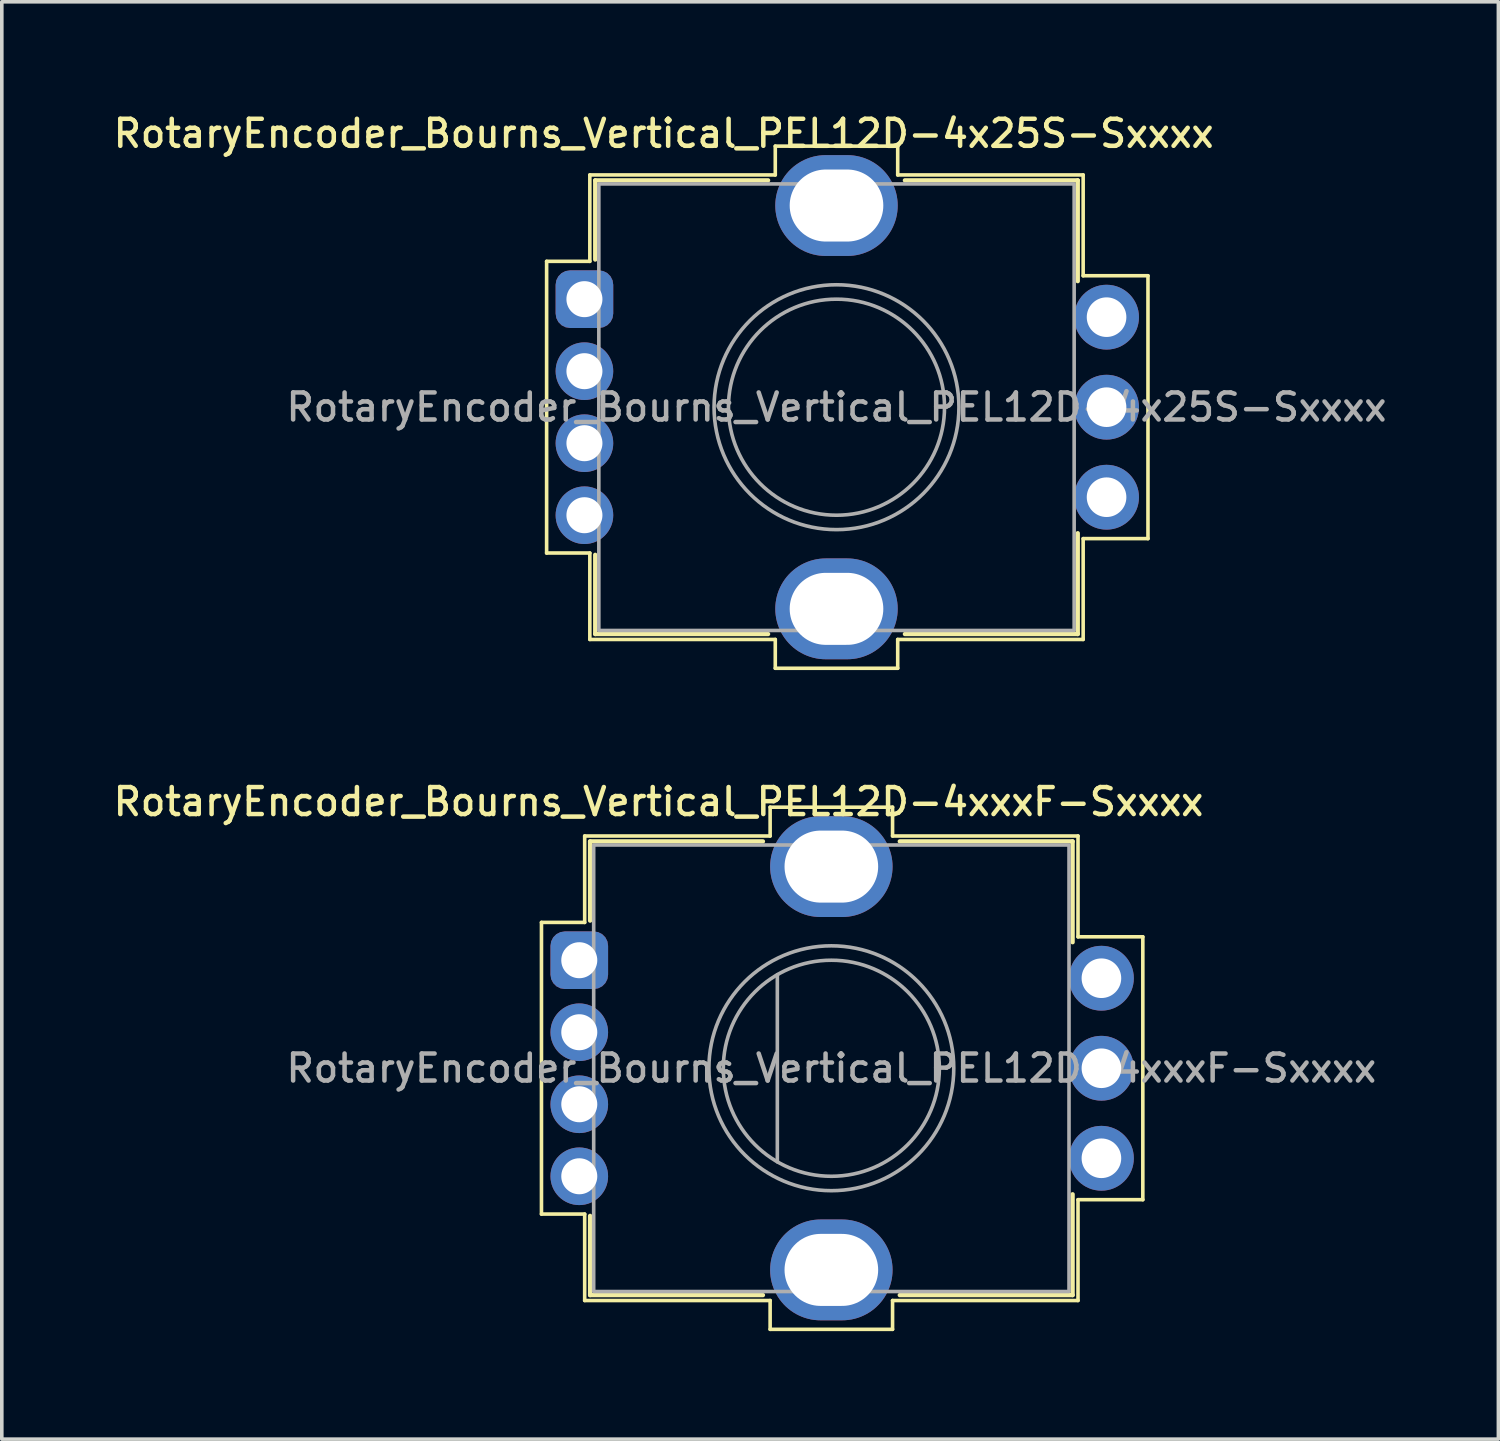
<source format=kicad_pcb>
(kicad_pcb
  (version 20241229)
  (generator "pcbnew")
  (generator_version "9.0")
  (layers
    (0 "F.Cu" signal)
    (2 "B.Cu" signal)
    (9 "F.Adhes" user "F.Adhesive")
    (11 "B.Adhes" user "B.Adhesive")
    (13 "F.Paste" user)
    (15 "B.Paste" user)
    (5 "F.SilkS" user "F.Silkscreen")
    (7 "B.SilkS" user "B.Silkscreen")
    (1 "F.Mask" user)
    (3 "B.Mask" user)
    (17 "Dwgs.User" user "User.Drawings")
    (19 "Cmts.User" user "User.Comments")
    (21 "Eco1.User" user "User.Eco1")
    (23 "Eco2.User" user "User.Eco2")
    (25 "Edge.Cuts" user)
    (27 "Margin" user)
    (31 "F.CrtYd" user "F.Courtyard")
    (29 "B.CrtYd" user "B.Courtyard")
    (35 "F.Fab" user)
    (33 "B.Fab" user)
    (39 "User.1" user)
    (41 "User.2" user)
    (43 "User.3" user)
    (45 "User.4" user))
  (footprint "RotaryEncoder_Bourns_Vertical_PEL12D-4x25S-Sxxxx"
    (layer "F.Cu")
    (at 13.18 5.258)
    (property "Reference" "RotaryEncoder_Bourns_Vertical_PEL12D-4x25S-Sxxxx" (at 2.2 -4.6 180) (layer "F.SilkS") (effects (font (size 0.75 0.75) (thickness 0.125))))
    (attr through_hole)
    (fp_line (start -1.05 -1.05) (end -1.05 7.05) (stroke (width 0.1) (type default)) (layer "F.SilkS"))
    (fp_line (start -1.05 7.05) (end 0.15 7.05) (stroke (width 0.1) (type default)) (layer "F.SilkS"))
    (fp_line (start 0.15 -3.45) (end 0.15 -1.05) (stroke (width 0.1) (type default)) (layer "F.SilkS"))
    (fp_line (start 0.15 -1.05) (end -1.05 -1.05) (stroke (width 0.1) (type default)) (layer "F.SilkS"))
    (fp_line (start 0.15 7.05) (end 0.15 9.45) (stroke (width 0.1) (type default)) (layer "F.SilkS"))
    (fp_line (start 0.15 9.45) (end 5.3 9.45) (stroke (width 0.1) (type default)) (layer "F.SilkS"))
    (fp_line (start 0.3 -3.3) (end 0.3 -1.1) (stroke (width 0.12) (type default)) (layer "F.SilkS"))
    (fp_line (start 0.3 7.1) (end 0.3 9.3) (stroke (width 0.12) (type default)) (layer "F.SilkS"))
    (fp_line (start 0.3 9.3) (end 5.1 9.3) (stroke (width 0.12) (type default)) (layer "F.SilkS"))
    (fp_line (start 5.1 -3.3) (end 0.3 -3.3) (stroke (width 0.12) (type default)) (layer "F.SilkS"))
    (fp_line (start 5.3 -4.25) (end 5.3 -3.45) (stroke (width 0.1) (type default)) (layer "F.SilkS"))
    (fp_line (start 5.3 -3.45) (end 0.15 -3.45) (stroke (width 0.1) (type default)) (layer "F.SilkS"))
    (fp_line (start 5.3 9.45) (end 5.3 10.25) (stroke (width 0.1) (type default)) (layer "F.SilkS"))
    (fp_line (start 5.3 10.25) (end 8.7 10.25) (stroke (width 0.1) (type default)) (layer "F.SilkS"))
    (fp_line (start 8.7 -4.25) (end 5.3 -4.25) (stroke (width 0.1) (type default)) (layer "F.SilkS"))
    (fp_line (start 8.7 -3.45) (end 8.7 -4.25) (stroke (width 0.1) (type default)) (layer "F.SilkS"))
    (fp_line (start 8.7 9.45) (end 13.85 9.45) (stroke (width 0.1) (type default)) (layer "F.SilkS"))
    (fp_line (start 8.7 10.25) (end 8.7 9.45) (stroke (width 0.1) (type default)) (layer "F.SilkS"))
    (fp_line (start 8.9 -3.3) (end 13.7 -3.3) (stroke (width 0.12) (type default)) (layer "F.SilkS"))
    (fp_line (start 13.7 -3.3) (end 13.7 -0.5) (stroke (width 0.12) (type default)) (layer "F.SilkS"))
    (fp_line (start 13.7 6.5) (end 13.7 9.3) (stroke (width 0.12) (type default)) (layer "F.SilkS"))
    (fp_line (start 13.7 9.3) (end 8.9 9.3) (stroke (width 0.12) (type default)) (layer "F.SilkS"))
    (fp_line (start 13.85 -3.45) (end 8.7 -3.45) (stroke (width 0.1) (type default)) (layer "F.SilkS"))
    (fp_line (start 13.85 -0.65) (end 13.85 -3.45) (stroke (width 0.1) (type default)) (layer "F.SilkS"))
    (fp_line (start 13.85 6.65) (end 15.65 6.65) (stroke (width 0.1) (type default)) (layer "F.SilkS"))
    (fp_line (start 13.85 9.45) (end 13.85 6.65) (stroke (width 0.1) (type default)) (layer "F.SilkS"))
    (fp_line (start 15.65 -0.65) (end 13.85 -0.65) (stroke (width 0.1) (type default)) (layer "F.SilkS"))
    (fp_line (start 15.65 6.65) (end 15.65 -0.65) (stroke (width 0.1) (type default)) (layer "F.SilkS"))
    (fp_rect (start 0.4 -3.2) (end 13.6 9.2) (stroke (width 0.1) (type default)) (fill no) (layer "F.Fab"))
    (fp_circle (center 7 3) (end 7 -0.4) (stroke (width 0.1) (type solid)) (fill no) (layer "F.Fab"))
    (fp_circle (center 7 3) (end 7 0) (stroke (width 0.1) (type default)) (fill no) (layer "F.Fab"))
    (fp_text user "${REFERENCE}" (at 7 3 180) (layer "F.Fab") (effects (font (size 0.75 0.75) (thickness 0.125))))
    (pad "1" thru_hole roundrect (at 0 0 90) (size 1.6 1.6) (drill 1) (layers "*.Cu" "*.Mask") (roundrect_rratio 0.25))
    (pad "2" thru_hole circle (at 0 2 90) (size 1.6 1.6) (drill 1) (layers "*.Cu" "*.Mask"))
    (pad "3" thru_hole circle (at 0 4 90) (size 1.6 1.6) (drill 1) (layers "*.Cu" "*.Mask"))
    (pad "4" thru_hole circle (at 0 6 90) (size 1.6 1.6) (drill 1) (layers "*.Cu" "*.Mask"))
    (pad "A" thru_hole circle (at 14.5 5.5 90) (size 1.8 1.8) (drill 1.1) (layers "*.Cu" "*.Mask"))
    (pad "B" thru_hole circle (at 14.5 3 90) (size 1.8 1.8) (drill 1.1) (layers "*.Cu" "*.Mask"))
    (pad "C" thru_hole circle (at 14.5 0.5 90) (size 1.8 1.8) (drill 1.1) (layers "*.Cu" "*.Mask"))
    (pad "SH" thru_hole oval (at 7 -2.6 90) (size 2.8 3.4) (drill oval 2 2.6) (layers "*.Cu" "*.Mask"))
    (pad "SH" thru_hole oval (at 7 8.6 180) (size 3.4 2.8) (drill oval 2.6 2) (layers "*.Cu" "*.Mask")))
  (footprint "RotaryEncoder_Bourns_Vertical_PEL12D-4xxxF-Sxxxx"
    (layer "F.Cu")
    (at 13.037 23.616)
    (property "Reference" "RotaryEncoder_Bourns_Vertical_PEL12D-4xxxF-Sxxxx" (at 2.2 -4.4 180) (layer "F.SilkS") (effects (font (size 0.75 0.75) (thickness 0.125))))
    (attr through_hole)
    (fp_line (start -1.05 -1.05) (end -1.05 7.05) (stroke (width 0.1) (type default)) (layer "F.SilkS"))
    (fp_line (start -1.05 7.05) (end 0.15 7.05) (stroke (width 0.1) (type default)) (layer "F.SilkS"))
    (fp_line (start 0.15 -3.45) (end 0.15 -1.05) (stroke (width 0.1) (type default)) (layer "F.SilkS"))
    (fp_line (start 0.15 -1.05) (end -1.05 -1.05) (stroke (width 0.1) (type default)) (layer "F.SilkS"))
    (fp_line (start 0.15 7.05) (end 0.15 9.45) (stroke (width 0.1) (type default)) (layer "F.SilkS"))
    (fp_line (start 0.15 9.45) (end 5.3 9.45) (stroke (width 0.1) (type default)) (layer "F.SilkS"))
    (fp_line (start 0.3 -3.3) (end 0.3 -1.1) (stroke (width 0.12) (type default)) (layer "F.SilkS"))
    (fp_line (start 0.3 7.1) (end 0.3 9.3) (stroke (width 0.12) (type default)) (layer "F.SilkS"))
    (fp_line (start 0.3 9.3) (end 5.1 9.3) (stroke (width 0.12) (type default)) (layer "F.SilkS"))
    (fp_line (start 5.1 -3.3) (end 0.3 -3.3) (stroke (width 0.12) (type default)) (layer "F.SilkS"))
    (fp_line (start 5.3 -4.25) (end 5.3 -3.45) (stroke (width 0.1) (type default)) (layer "F.SilkS"))
    (fp_line (start 5.3 -3.45) (end 0.15 -3.45) (stroke (width 0.1) (type default)) (layer "F.SilkS"))
    (fp_line (start 5.3 9.45) (end 5.3 10.25) (stroke (width 0.1) (type default)) (layer "F.SilkS"))
    (fp_line (start 5.3 10.25) (end 8.7 10.25) (stroke (width 0.1) (type default)) (layer "F.SilkS"))
    (fp_line (start 8.7 -4.25) (end 5.3 -4.25) (stroke (width 0.1) (type default)) (layer "F.SilkS"))
    (fp_line (start 8.7 -3.45) (end 8.7 -4.25) (stroke (width 0.1) (type default)) (layer "F.SilkS"))
    (fp_line (start 8.7 9.45) (end 13.85 9.45) (stroke (width 0.1) (type default)) (layer "F.SilkS"))
    (fp_line (start 8.7 10.25) (end 8.7 9.45) (stroke (width 0.1) (type default)) (layer "F.SilkS"))
    (fp_line (start 8.9 -3.3) (end 13.7 -3.3) (stroke (width 0.12) (type default)) (layer "F.SilkS"))
    (fp_line (start 13.7 -3.3) (end 13.7 -0.5) (stroke (width 0.12) (type default)) (layer "F.SilkS"))
    (fp_line (start 13.7 6.5) (end 13.7 9.3) (stroke (width 0.12) (type default)) (layer "F.SilkS"))
    (fp_line (start 13.7 9.3) (end 8.9 9.3) (stroke (width 0.12) (type default)) (layer "F.SilkS"))
    (fp_line (start 13.85 -3.45) (end 8.7 -3.45) (stroke (width 0.1) (type default)) (layer "F.SilkS"))
    (fp_line (start 13.85 -0.65) (end 13.85 -3.45) (stroke (width 0.1) (type default)) (layer "F.SilkS"))
    (fp_line (start 13.85 6.65) (end 15.65 6.65) (stroke (width 0.1) (type default)) (layer "F.SilkS"))
    (fp_line (start 13.85 9.45) (end 13.85 6.65) (stroke (width 0.1) (type default)) (layer "F.SilkS"))
    (fp_line (start 15.65 -0.65) (end 13.85 -0.65) (stroke (width 0.1) (type default)) (layer "F.SilkS"))
    (fp_line (start 15.65 6.65) (end 15.65 -0.65) (stroke (width 0.1) (type default)) (layer "F.SilkS"))
    (fp_line (start 5.5 5.6) (end 5.5 0.4) (stroke (width 0.1) (type default)) (layer "F.Fab"))
    (fp_rect (start 0.4 -3.2) (end 13.6 9.2) (stroke (width 0.1) (type default)) (fill no) (layer "F.Fab"))
    (fp_circle (center 7 3) (end 7 -0.4) (stroke (width 0.1) (type solid)) (fill no) (layer "F.Fab"))
    (fp_circle (center 7 3) (end 7 0) (stroke (width 0.1) (type default)) (fill no) (layer "F.Fab"))
    (fp_text user "${REFERENCE}" (at 7 3 180) (layer "F.Fab") (effects (font (size 0.75 0.75) (thickness 0.125))))
    (pad "1" thru_hole roundrect (at 0 0 90) (size 1.6 1.6) (drill 1) (layers "*.Cu" "*.Mask") (roundrect_rratio 0.25))
    (pad "2" thru_hole circle (at 0 2 90) (size 1.6 1.6) (drill 1) (layers "*.Cu" "*.Mask"))
    (pad "3" thru_hole circle (at 0 4 90) (size 1.6 1.6) (drill 1) (layers "*.Cu" "*.Mask"))
    (pad "4" thru_hole circle (at 0 6 90) (size 1.6 1.6) (drill 1) (layers "*.Cu" "*.Mask"))
    (pad "A" thru_hole circle (at 14.5 5.5 90) (size 1.8 1.8) (drill 1.1) (layers "*.Cu" "*.Mask"))
    (pad "B" thru_hole circle (at 14.5 3 90) (size 1.8 1.8) (drill 1.1) (layers "*.Cu" "*.Mask"))
    (pad "C" thru_hole circle (at 14.5 0.5 90) (size 1.8 1.8) (drill 1.1) (layers "*.Cu" "*.Mask"))
    (pad "SH" thru_hole oval (at 7 -2.6 90) (size 2.8 3.4) (drill oval 2 2.6) (layers "*.Cu" "*.Mask"))
    (pad "SH" thru_hole oval (at 7 8.6 180) (size 3.4 2.8) (drill oval 2.6 2) (layers "*.Cu" "*.Mask")))
  (gr_rect
    (start -3 -3)
    (end 38.561 36.916)
    (stroke (width 0.1) (type default))
    (fill no)
    (layer "Edge.Cuts")))
</source>
